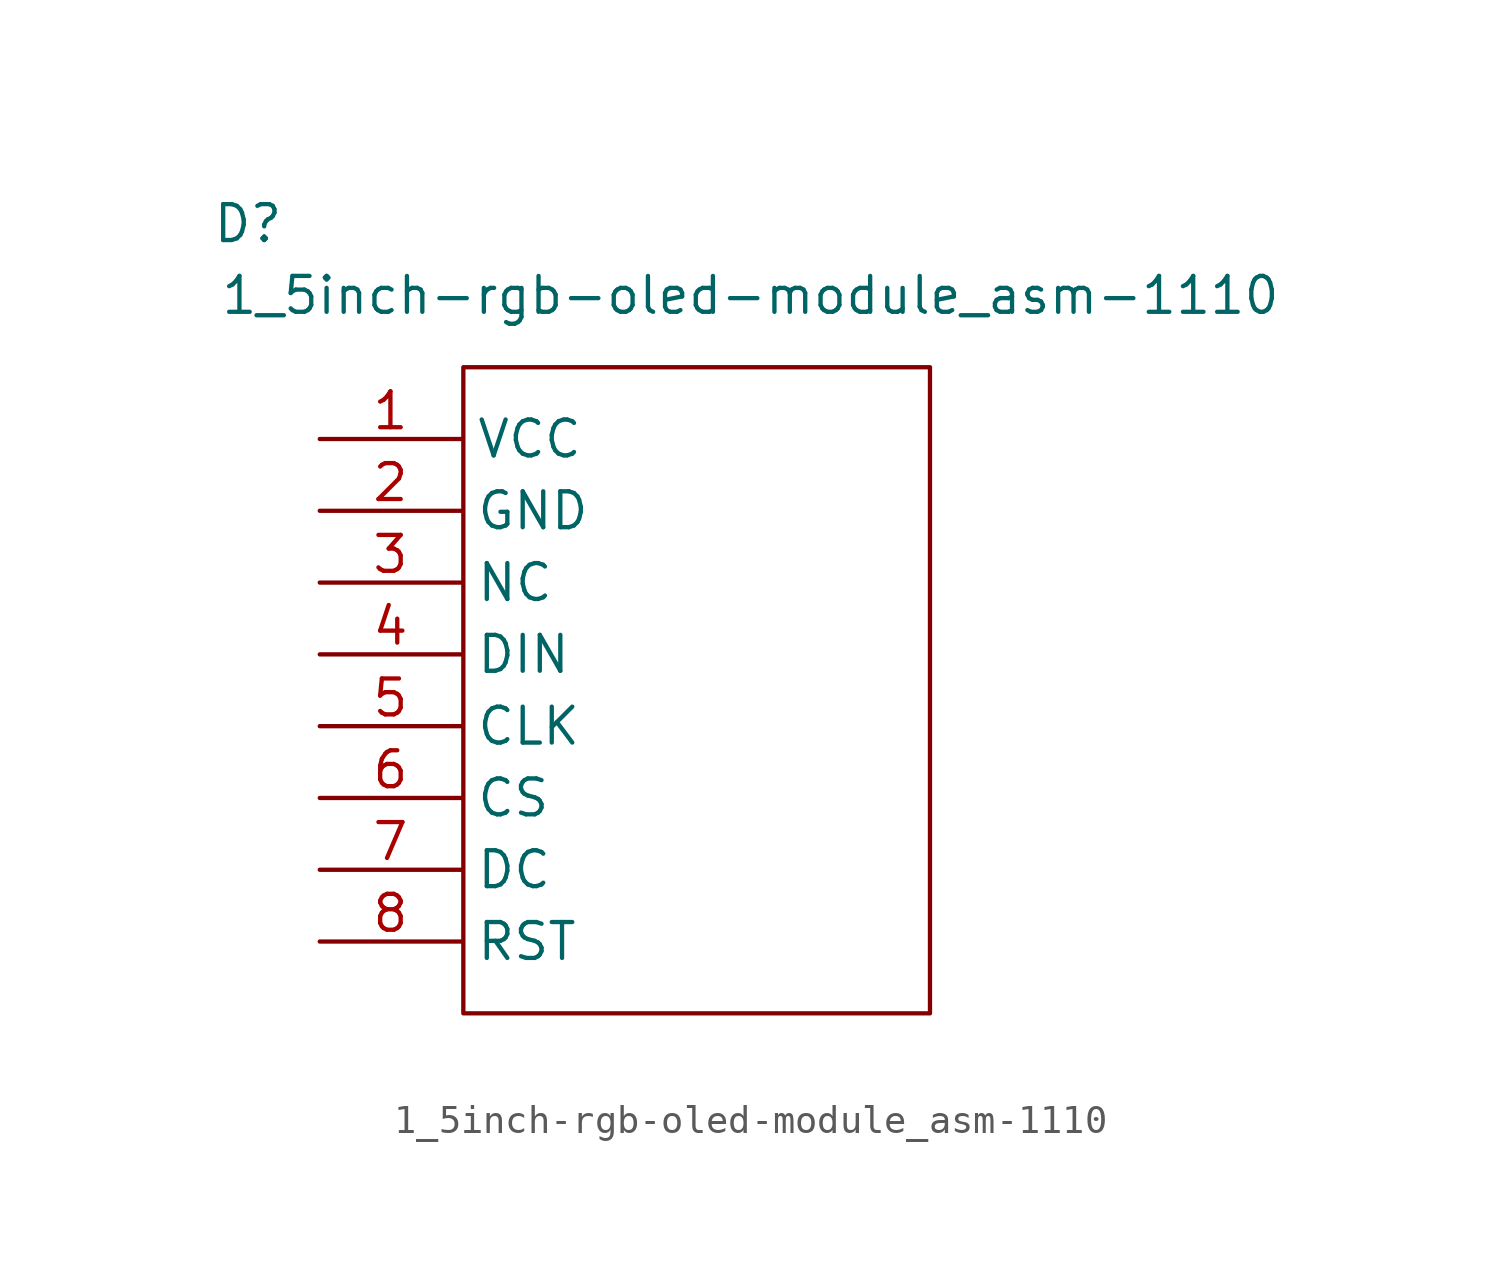
<source format=kicad_sym>
(kicad_symbol_lib
  (version 20211014)
  (generator kicad_symbol_editor)
  (symbol "1_5inch-rgb-oled-module_asm-1110"
    (property "Reference" "D"
      (at -7.62 27.94 0)
      (effects (font (size 1.27 1.27))))
    (property "Value" "1_5inch-rgb-oled-module_asm-1110"
      (at 10.16 25.4 0)
      (effects (font (size 1.27 1.27))))
    (symbol "1_5inch-rgb-oled-module_asm-1110_0_1"
      (rectangle (start 0 22.86) (end 16.51 0) (stroke (width 0) (type default) (color 0 0 0 0)) (fill (type none))))
    (symbol "1_5inch-rgb-oled-module_asm-1110_1_1"
      (pin bidirectional line (at -5.08 20.32 0) (length 5) (name "VCC" (effects (font (size 1.27 1.27)))) (number "1" (effects (font (size 1.27 1.27)))))
      (pin bidirectional line (at -5.08 17.78 0) (length 5) (name "GND" (effects (font (size 1.27 1.27)))) (number "2" (effects (font (size 1.27 1.27)))))
      (pin bidirectional line (at -5.08 15.24 0) (length 5) (name "NC" (effects (font (size 1.27 1.27)))) (number "3" (effects (font (size 1.27 1.27)))))
      (pin bidirectional line (at -5.08 12.7 0) (length 5) (name "DIN" (effects (font (size 1.27 1.27)))) (number "4" (effects (font (size 1.27 1.27)))))
      (pin bidirectional line (at -5.08 10.16 0) (length 5) (name "CLK" (effects (font (size 1.27 1.27)))) (number "5" (effects (font (size 1.27 1.27)))))
      (pin bidirectional line (at -5.08 7.62 0) (length 5) (name "CS" (effects (font (size 1.27 1.27)))) (number "6" (effects (font (size 1.27 1.27)))))
      (pin bidirectional line (at -5.08 5.08 0) (length 5) (name "DC" (effects (font (size 1.27 1.27)))) (number "7" (effects (font (size 1.27 1.27)))))
      (pin bidirectional line (at -5.08 2.54 0) (length 5) (name "RST" (effects (font (size 1.27 1.27)))) (number "8" (effects (font (size 1.27 1.27))))))))
</source>
